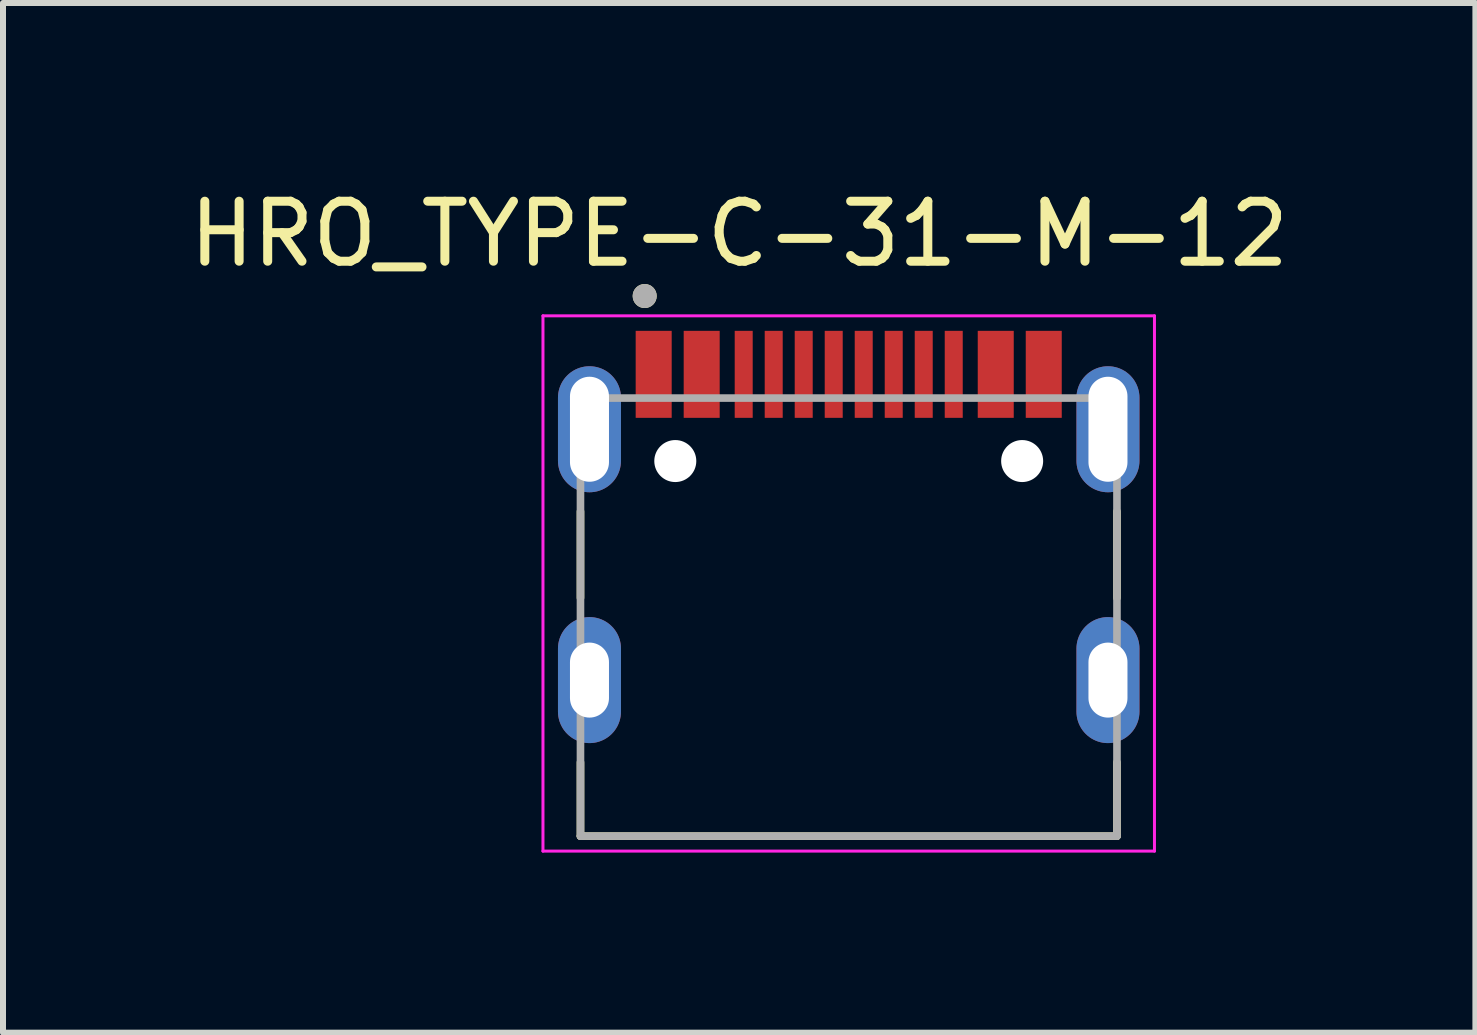
<source format=kicad_pcb>
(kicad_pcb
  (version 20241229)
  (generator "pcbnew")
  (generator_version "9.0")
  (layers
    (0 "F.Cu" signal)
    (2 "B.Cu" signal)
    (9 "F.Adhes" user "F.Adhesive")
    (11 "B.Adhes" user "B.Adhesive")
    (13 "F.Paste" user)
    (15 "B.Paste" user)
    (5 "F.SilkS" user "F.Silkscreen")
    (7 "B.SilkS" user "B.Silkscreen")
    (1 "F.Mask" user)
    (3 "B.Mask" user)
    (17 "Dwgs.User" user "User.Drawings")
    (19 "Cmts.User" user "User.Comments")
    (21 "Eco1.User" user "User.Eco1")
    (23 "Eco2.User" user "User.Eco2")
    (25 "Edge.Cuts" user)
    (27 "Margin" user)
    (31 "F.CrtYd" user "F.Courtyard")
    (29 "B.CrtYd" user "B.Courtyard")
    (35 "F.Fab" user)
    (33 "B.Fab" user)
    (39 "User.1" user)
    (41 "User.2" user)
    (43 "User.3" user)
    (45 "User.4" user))
  (footprint "HRO_TYPE-C-31-M-12"
    (layer "F.Cu")
    (at 11.093 8.283)
    (property "Reference" "HRO_TYPE-C-31-M-12" (at -1.825 -7.435 0) (layer "F.SilkS") (effects (font (size 1 1) (thickness 0.15))))
    (attr through_hole)
    (fp_line (start -4.47 -2.81) (end -4.47 -1.37) (stroke (width 0.127) (type solid)) (layer "F.SilkS"))
    (fp_line (start -4.47 2.6) (end -4.47 1.37) (stroke (width 0.127) (type solid)) (layer "F.SilkS"))
    (fp_line (start 4.47 -2.81) (end 4.47 -1.37) (stroke (width 0.127) (type solid)) (layer "F.SilkS"))
    (fp_line (start 4.47 1.37) (end 4.47 2.6) (stroke (width 0.127) (type solid)) (layer "F.SilkS"))
    (fp_line (start 4.47 2.6) (end -4.47 2.6) (stroke (width 0.127) (type solid)) (layer "F.SilkS"))
    (fp_circle (center -3.4 -6.4) (end -3.3 -6.4) (stroke (width 0.2) (type solid)) (fill no) (layer "F.SilkS"))
    (fp_line (start -5.095 -6.07) (end -5.095 2.85) (stroke (width 0.05) (type solid)) (layer "F.CrtYd"))
    (fp_line (start -5.095 2.85) (end 5.095 2.85) (stroke (width 0.05) (type solid)) (layer "F.CrtYd"))
    (fp_line (start 5.095 -6.07) (end -5.095 -6.07) (stroke (width 0.05) (type solid)) (layer "F.CrtYd"))
    (fp_line (start 5.095 2.85) (end 5.095 -6.07) (stroke (width 0.05) (type solid)) (layer "F.CrtYd"))
    (fp_line (start -4.47 -4.7) (end -4.47 2.6) (stroke (width 0.127) (type solid)) (layer "F.Fab"))
    (fp_line (start -4.47 2.6) (end 4.47 2.6) (stroke (width 0.127) (type solid)) (layer "F.Fab"))
    (fp_line (start 4.47 -4.7) (end -4.47 -4.7) (stroke (width 0.127) (type solid)) (layer "F.Fab"))
    (fp_line (start 4.47 2.6) (end 4.47 -4.7) (stroke (width 0.127) (type solid)) (layer "F.Fab"))
    (fp_circle (center -3.4 -6.4) (end -3.3 -6.4) (stroke (width 0.2) (type solid)) (fill no) (layer "F.Fab"))
    (pad "" np_thru_hole circle (at -2.89 -3.65) (size 0.7 0.7) (drill 0.7) (layers "*.Cu" "*.Mask"))
    (pad "" np_thru_hole circle (at 2.89 -3.65) (size 0.7 0.7) (drill 0.7) (layers "*.Cu" "*.Mask"))
    (pad "A1" smd rect (at -3.25 -5.095) (size 0.6 1.45) (layers "F.Cu" "F.Mask" "F.Paste"))
    (pad "A4" smd rect (at -2.45 -5.095) (size 0.6 1.45) (layers "F.Cu" "F.Mask" "F.Paste"))
    (pad "A5" smd rect (at -1.25 -5.095) (size 0.3 1.45) (layers "F.Cu" "F.Mask" "F.Paste"))
    (pad "A6" smd rect (at -0.25 -5.095) (size 0.3 1.45) (layers "F.Cu" "F.Mask" "F.Paste"))
    (pad "A7" smd rect (at 0.25 -5.095) (size 0.3 1.45) (layers "F.Cu" "F.Mask" "F.Paste"))
    (pad "A8" smd rect (at 1.25 -5.095) (size 0.3 1.45) (layers "F.Cu" "F.Mask" "F.Paste"))
    (pad "B1" smd rect (at 3.25 -5.095) (size 0.6 1.45) (layers "F.Cu" "F.Mask" "F.Paste"))
    (pad "B4" smd rect (at 2.45 -5.095) (size 0.6 1.45) (layers "F.Cu" "F.Mask" "F.Paste"))
    (pad "B5" smd rect (at 1.75 -5.095) (size 0.3 1.45) (layers "F.Cu" "F.Mask" "F.Paste"))
    (pad "B6" smd rect (at 0.75 -5.095) (size 0.3 1.45) (layers "F.Cu" "F.Mask" "F.Paste"))
    (pad "B7" smd rect (at -0.75 -5.095) (size 0.3 1.45) (layers "F.Cu" "F.Mask" "F.Paste"))
    (pad "B8" smd rect (at -1.75 -5.095) (size 0.3 1.45) (layers "F.Cu" "F.Mask" "F.Paste"))
    (pad "S1" thru_hole oval (at -4.32 -4.18) (size 1.05 2.1) (drill oval 0.65 1.75) (layers "*.Cu" "*.Mask"))
    (pad "S2" thru_hole oval (at 4.32 -4.18) (size 1.05 2.1) (drill oval 0.65 1.75) (layers "*.Cu" "*.Mask"))
    (pad "S3" thru_hole oval (at -4.32 0) (size 1.05 2.1) (drill oval 0.65 1.25) (layers "*.Cu" "*.Mask"))
    (pad "S4" thru_hole oval (at 4.32 0) (size 1.05 2.1) (drill oval 0.65 1.25) (layers "*.Cu" "*.Mask")))
  (gr_rect
    (start -3 -3)
    (end 21.536 14.158)
    (stroke (width 0.1) (type default))
    (fill no)
    (layer "Edge.Cuts")))
</source>
